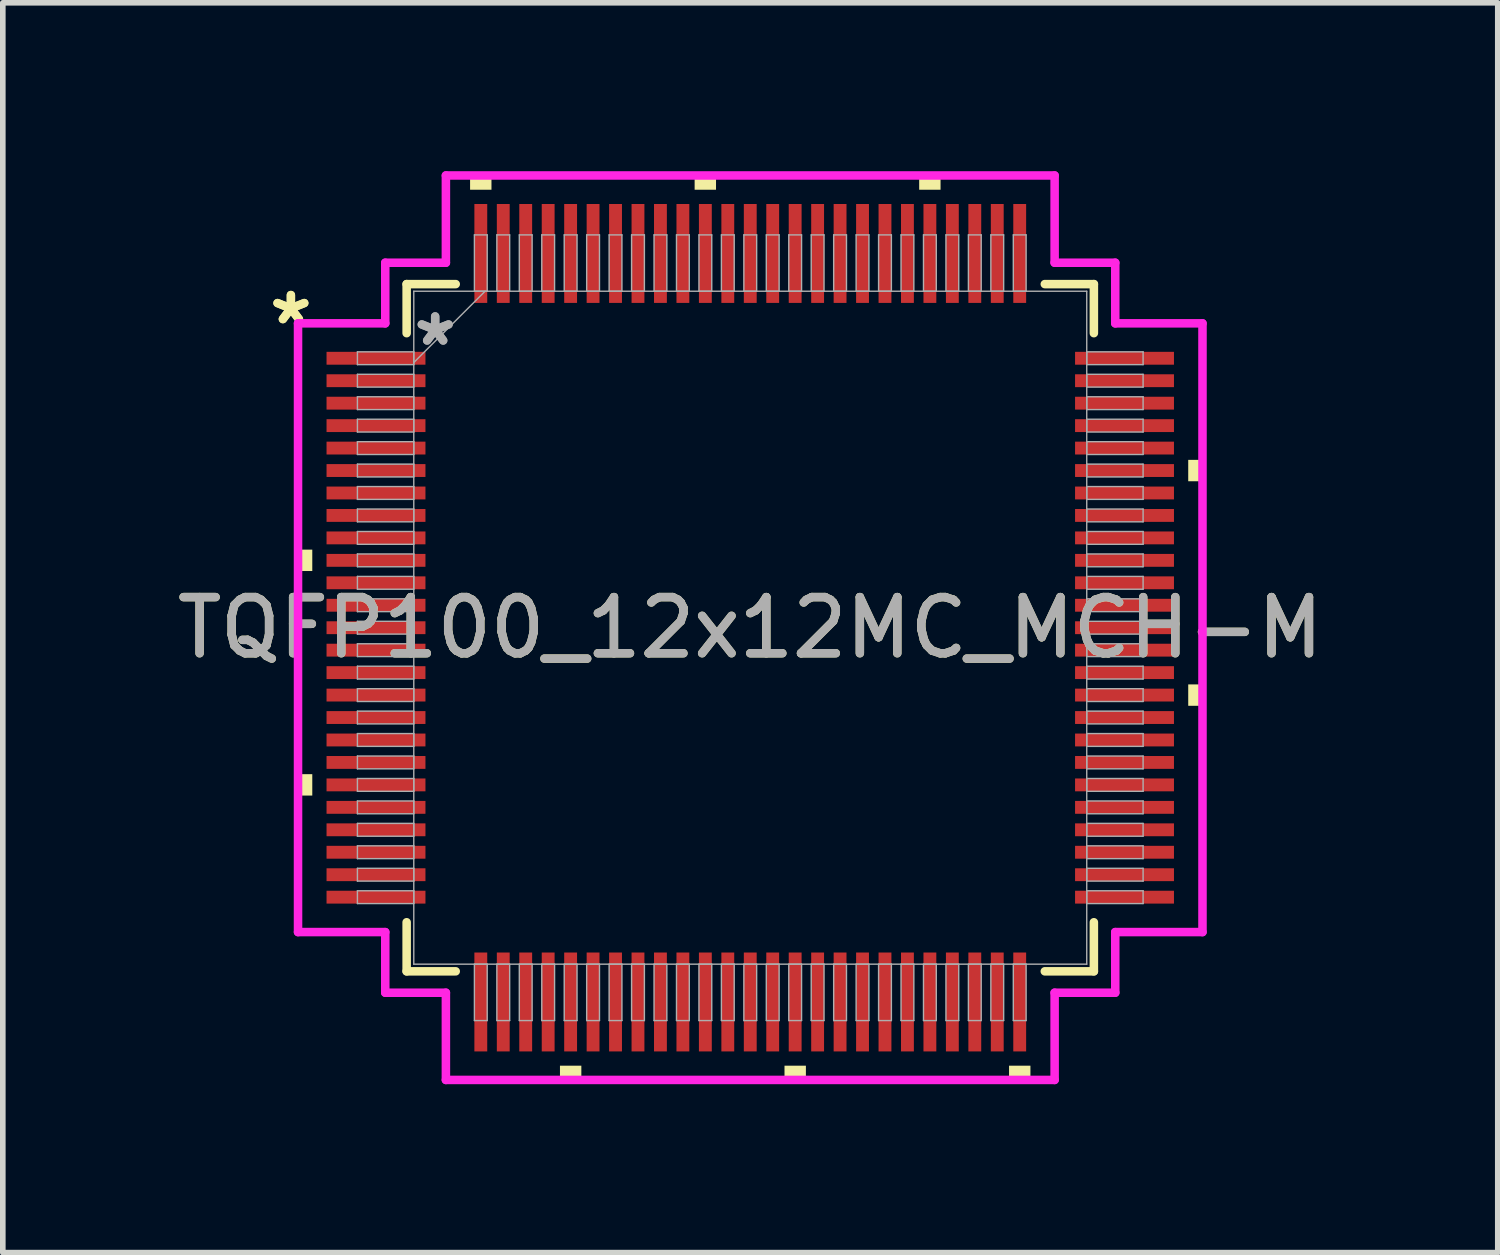
<source format=kicad_pcb>
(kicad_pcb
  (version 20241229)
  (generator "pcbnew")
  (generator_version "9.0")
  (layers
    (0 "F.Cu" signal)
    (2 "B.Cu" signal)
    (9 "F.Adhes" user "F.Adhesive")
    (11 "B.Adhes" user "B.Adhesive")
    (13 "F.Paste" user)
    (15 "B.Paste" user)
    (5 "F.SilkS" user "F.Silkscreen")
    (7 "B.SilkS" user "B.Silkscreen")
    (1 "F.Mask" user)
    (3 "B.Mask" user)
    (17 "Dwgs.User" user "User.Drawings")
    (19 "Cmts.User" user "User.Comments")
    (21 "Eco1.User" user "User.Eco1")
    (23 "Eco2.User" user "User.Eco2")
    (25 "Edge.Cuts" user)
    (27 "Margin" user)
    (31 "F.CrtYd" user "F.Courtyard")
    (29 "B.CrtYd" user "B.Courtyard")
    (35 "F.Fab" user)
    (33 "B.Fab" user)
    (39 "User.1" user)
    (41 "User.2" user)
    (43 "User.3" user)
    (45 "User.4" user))
  (footprint "TQFP100_12x12MC_MCH-M"
    (layer "F.Cu")
    (at 10.315 8.132)
    (property "Reference" "TQFP100_12x12MC_MCH-M" (at 0 0 0) (unlocked yes) (layer "F.SilkS") (effects (font (size 1 1) (thickness 0.15))))
    (attr smd)
    (fp_line (start -6.121 -6.121) (end -6.121 -5.247) (stroke (width 0.152) (type solid)) (layer "F.SilkS"))
    (fp_line (start -6.121 5.247) (end -6.121 6.121) (stroke (width 0.152) (type solid)) (layer "F.SilkS"))
    (fp_line (start -6.121 6.121) (end -5.247 6.121) (stroke (width 0.152) (type solid)) (layer "F.SilkS"))
    (fp_line (start -5.247 -6.121) (end -6.121 -6.121) (stroke (width 0.152) (type solid)) (layer "F.SilkS"))
    (fp_line (start 5.247 6.121) (end 6.121 6.121) (stroke (width 0.152) (type solid)) (layer "F.SilkS"))
    (fp_line (start 6.121 -6.121) (end 5.247 -6.121) (stroke (width 0.152) (type solid)) (layer "F.SilkS"))
    (fp_line (start 6.121 -5.247) (end 6.121 -6.121) (stroke (width 0.152) (type solid)) (layer "F.SilkS"))
    (fp_line (start 6.121 6.121) (end 6.121 5.247) (stroke (width 0.152) (type solid)) (layer "F.SilkS"))
    (fp_poly (pts (xy -8.056 -1.391) (xy -8.056 -1.01) (xy -7.802 -1.01) (xy -7.802 -1.391)) (stroke (width 0) (type solid)) (fill yes) (layer "F.SilkS"))
    (fp_poly (pts (xy -8.056 2.609) (xy -8.056 2.99) (xy -7.802 2.99) (xy -7.802 2.609)) (stroke (width 0) (type solid)) (fill yes) (layer "F.SilkS"))
    (fp_poly (pts (xy -4.991 -7.802) (xy -4.991 -8.056) (xy -4.61 -8.056) (xy -4.61 -7.802)) (stroke (width 0) (type solid)) (fill yes) (layer "F.SilkS"))
    (fp_poly (pts (xy -3.39 7.802) (xy -3.39 8.056) (xy -3.009 8.056) (xy -3.009 7.802)) (stroke (width 0) (type solid)) (fill yes) (layer "F.SilkS"))
    (fp_poly (pts (xy -0.991 -7.802) (xy -0.991 -8.056) (xy -0.61 -8.056) (xy -0.61 -7.802)) (stroke (width 0) (type solid)) (fill yes) (layer "F.SilkS"))
    (fp_poly (pts (xy 0.61 7.802) (xy 0.61 8.056) (xy 0.991 8.056) (xy 0.991 7.802)) (stroke (width 0) (type solid)) (fill yes) (layer "F.SilkS"))
    (fp_poly (pts (xy 3.009 -7.802) (xy 3.009 -8.056) (xy 3.39 -8.056) (xy 3.39 -7.802)) (stroke (width 0) (type solid)) (fill yes) (layer "F.SilkS"))
    (fp_poly (pts (xy 4.61 7.802) (xy 4.61 8.056) (xy 4.991 8.056) (xy 4.991 7.802)) (stroke (width 0) (type solid)) (fill yes) (layer "F.SilkS"))
    (fp_poly (pts (xy 8.056 -2.99) (xy 8.056 -2.609) (xy 7.802 -2.609) (xy 7.802 -2.99)) (stroke (width 0) (type solid)) (fill yes) (layer "F.SilkS"))
    (fp_poly (pts (xy 8.056 1.01) (xy 8.056 1.391) (xy 7.802 1.391) (xy 7.802 1.01)) (stroke (width 0) (type solid)) (fill yes) (layer "F.SilkS"))
    (fp_line (start -8.056 -5.422) (end -6.502 -5.422) (stroke (width 0.152) (type solid)) (layer "F.CrtYd"))
    (fp_line (start -8.056 5.422) (end -8.056 -5.422) (stroke (width 0.152) (type solid)) (layer "F.CrtYd"))
    (fp_line (start -6.502 -6.502) (end -5.422 -6.502) (stroke (width 0.152) (type solid)) (layer "F.CrtYd"))
    (fp_line (start -6.502 -5.422) (end -6.502 -6.502) (stroke (width 0.152) (type solid)) (layer "F.CrtYd"))
    (fp_line (start -6.502 5.422) (end -8.056 5.422) (stroke (width 0.152) (type solid)) (layer "F.CrtYd"))
    (fp_line (start -6.502 6.502) (end -6.502 5.422) (stroke (width 0.152) (type solid)) (layer "F.CrtYd"))
    (fp_line (start -6.502 6.502) (end -5.422 6.502) (stroke (width 0.152) (type solid)) (layer "F.CrtYd"))
    (fp_line (start -5.422 -8.056) (end 5.422 -8.056) (stroke (width 0.152) (type solid)) (layer "F.CrtYd"))
    (fp_line (start -5.422 -6.502) (end -5.422 -8.056) (stroke (width 0.152) (type solid)) (layer "F.CrtYd"))
    (fp_line (start -5.422 6.502) (end -5.422 8.056) (stroke (width 0.152) (type solid)) (layer "F.CrtYd"))
    (fp_line (start -5.422 8.056) (end 5.422 8.056) (stroke (width 0.152) (type solid)) (layer "F.CrtYd"))
    (fp_line (start 5.422 -8.056) (end 5.422 -6.502) (stroke (width 0.152) (type solid)) (layer "F.CrtYd"))
    (fp_line (start 5.422 -6.502) (end 6.502 -6.502) (stroke (width 0.152) (type solid)) (layer "F.CrtYd"))
    (fp_line (start 5.422 6.502) (end 6.502 6.502) (stroke (width 0.152) (type solid)) (layer "F.CrtYd"))
    (fp_line (start 5.422 8.056) (end 5.422 6.502) (stroke (width 0.152) (type solid)) (layer "F.CrtYd"))
    (fp_line (start 6.502 -5.422) (end 6.502 -6.502) (stroke (width 0.152) (type solid)) (layer "F.CrtYd"))
    (fp_line (start 6.502 5.422) (end 8.056 5.422) (stroke (width 0.152) (type solid)) (layer "F.CrtYd"))
    (fp_line (start 6.502 6.502) (end 6.502 5.422) (stroke (width 0.152) (type solid)) (layer "F.CrtYd"))
    (fp_line (start 8.056 -5.422) (end 6.502 -5.422) (stroke (width 0.152) (type solid)) (layer "F.CrtYd"))
    (fp_line (start 8.056 5.422) (end 8.056 -5.422) (stroke (width 0.152) (type solid)) (layer "F.CrtYd"))
    (fp_line (start -6.998 -4.914) (end -6.998 -4.686) (stroke (width 0.025) (type solid)) (layer "F.Fab"))
    (fp_line (start -6.998 -4.686) (end -5.994 -4.686) (stroke (width 0.025) (type solid)) (layer "F.Fab"))
    (fp_line (start -6.998 -4.514) (end -6.998 -4.286) (stroke (width 0.025) (type solid)) (layer "F.Fab"))
    (fp_line (start -6.998 -4.286) (end -5.994 -4.286) (stroke (width 0.025) (type solid)) (layer "F.Fab"))
    (fp_line (start -6.998 -4.114) (end -6.998 -3.886) (stroke (width 0.025) (type solid)) (layer "F.Fab"))
    (fp_line (start -6.998 -3.886) (end -5.994 -3.886) (stroke (width 0.025) (type solid)) (layer "F.Fab"))
    (fp_line (start -6.998 -3.714) (end -6.998 -3.486) (stroke (width 0.025) (type solid)) (layer "F.Fab"))
    (fp_line (start -6.998 -3.486) (end -5.994 -3.486) (stroke (width 0.025) (type solid)) (layer "F.Fab"))
    (fp_line (start -6.998 -3.314) (end -6.998 -3.086) (stroke (width 0.025) (type solid)) (layer "F.Fab"))
    (fp_line (start -6.998 -3.086) (end -5.994 -3.086) (stroke (width 0.025) (type solid)) (layer "F.Fab"))
    (fp_line (start -6.998 -2.914) (end -6.998 -2.686) (stroke (width 0.025) (type solid)) (layer "F.Fab"))
    (fp_line (start -6.998 -2.686) (end -5.994 -2.686) (stroke (width 0.025) (type solid)) (layer "F.Fab"))
    (fp_line (start -6.998 -2.514) (end -6.998 -2.286) (stroke (width 0.025) (type solid)) (layer "F.Fab"))
    (fp_line (start -6.998 -2.286) (end -5.994 -2.286) (stroke (width 0.025) (type solid)) (layer "F.Fab"))
    (fp_line (start -6.998 -2.114) (end -6.998 -1.886) (stroke (width 0.025) (type solid)) (layer "F.Fab"))
    (fp_line (start -6.998 -1.886) (end -5.994 -1.886) (stroke (width 0.025) (type solid)) (layer "F.Fab"))
    (fp_line (start -6.998 -1.714) (end -6.998 -1.486) (stroke (width 0.025) (type solid)) (layer "F.Fab"))
    (fp_line (start -6.998 -1.486) (end -5.994 -1.486) (stroke (width 0.025) (type solid)) (layer "F.Fab"))
    (fp_line (start -6.998 -1.314) (end -6.998 -1.086) (stroke (width 0.025) (type solid)) (layer "F.Fab"))
    (fp_line (start -6.998 -1.086) (end -5.994 -1.086) (stroke (width 0.025) (type solid)) (layer "F.Fab"))
    (fp_line (start -6.998 -0.914) (end -6.998 -0.686) (stroke (width 0.025) (type solid)) (layer "F.Fab"))
    (fp_line (start -6.998 -0.686) (end -5.994 -0.686) (stroke (width 0.025) (type solid)) (layer "F.Fab"))
    (fp_line (start -6.998 -0.514) (end -6.998 -0.286) (stroke (width 0.025) (type solid)) (layer "F.Fab"))
    (fp_line (start -6.998 -0.286) (end -5.994 -0.286) (stroke (width 0.025) (type solid)) (layer "F.Fab"))
    (fp_line (start -6.998 -0.114) (end -6.998 0.114) (stroke (width 0.025) (type solid)) (layer "F.Fab"))
    (fp_line (start -6.998 0.114) (end -5.994 0.114) (stroke (width 0.025) (type solid)) (layer "F.Fab"))
    (fp_line (start -6.998 0.286) (end -6.998 0.514) (stroke (width 0.025) (type solid)) (layer "F.Fab"))
    (fp_line (start -6.998 0.514) (end -5.994 0.514) (stroke (width 0.025) (type solid)) (layer "F.Fab"))
    (fp_line (start -6.998 0.686) (end -6.998 0.914) (stroke (width 0.025) (type solid)) (layer "F.Fab"))
    (fp_line (start -6.998 0.914) (end -5.994 0.914) (stroke (width 0.025) (type solid)) (layer "F.Fab"))
    (fp_line (start -6.998 1.086) (end -6.998 1.314) (stroke (width 0.025) (type solid)) (layer "F.Fab"))
    (fp_line (start -6.998 1.314) (end -5.994 1.314) (stroke (width 0.025) (type solid)) (layer "F.Fab"))
    (fp_line (start -6.998 1.486) (end -6.998 1.714) (stroke (width 0.025) (type solid)) (layer "F.Fab"))
    (fp_line (start -6.998 1.714) (end -5.994 1.714) (stroke (width 0.025) (type solid)) (layer "F.Fab"))
    (fp_line (start -6.998 1.886) (end -6.998 2.114) (stroke (width 0.025) (type solid)) (layer "F.Fab"))
    (fp_line (start -6.998 2.114) (end -5.994 2.114) (stroke (width 0.025) (type solid)) (layer "F.Fab"))
    (fp_line (start -6.998 2.286) (end -6.998 2.514) (stroke (width 0.025) (type solid)) (layer "F.Fab"))
    (fp_line (start -6.998 2.514) (end -5.994 2.514) (stroke (width 0.025) (type solid)) (layer "F.Fab"))
    (fp_line (start -6.998 2.686) (end -6.998 2.914) (stroke (width 0.025) (type solid)) (layer "F.Fab"))
    (fp_line (start -6.998 2.914) (end -5.994 2.914) (stroke (width 0.025) (type solid)) (layer "F.Fab"))
    (fp_line (start -6.998 3.086) (end -6.998 3.314) (stroke (width 0.025) (type solid)) (layer "F.Fab"))
    (fp_line (start -6.998 3.314) (end -5.994 3.314) (stroke (width 0.025) (type solid)) (layer "F.Fab"))
    (fp_line (start -6.998 3.486) (end -6.998 3.714) (stroke (width 0.025) (type solid)) (layer "F.Fab"))
    (fp_line (start -6.998 3.714) (end -5.994 3.714) (stroke (width 0.025) (type solid)) (layer "F.Fab"))
    (fp_line (start -6.998 3.886) (end -6.998 4.114) (stroke (width 0.025) (type solid)) (layer "F.Fab"))
    (fp_line (start -6.998 4.114) (end -5.994 4.114) (stroke (width 0.025) (type solid)) (layer "F.Fab"))
    (fp_line (start -6.998 4.286) (end -6.998 4.514) (stroke (width 0.025) (type solid)) (layer "F.Fab"))
    (fp_line (start -6.998 4.514) (end -5.994 4.514) (stroke (width 0.025) (type solid)) (layer "F.Fab"))
    (fp_line (start -6.998 4.686) (end -6.998 4.914) (stroke (width 0.025) (type solid)) (layer "F.Fab"))
    (fp_line (start -6.998 4.914) (end -5.994 4.914) (stroke (width 0.025) (type solid)) (layer "F.Fab"))
    (fp_line (start -5.994 -5.994) (end -5.994 5.994) (stroke (width 0.025) (type solid)) (layer "F.Fab"))
    (fp_line (start -5.994 -4.914) (end -6.998 -4.914) (stroke (width 0.025) (type solid)) (layer "F.Fab"))
    (fp_line (start -5.994 -4.724) (end -4.724 -5.994) (stroke (width 0.025) (type solid)) (layer "F.Fab"))
    (fp_line (start -5.994 -4.686) (end -5.994 -4.914) (stroke (width 0.025) (type solid)) (layer "F.Fab"))
    (fp_line (start -5.994 -4.514) (end -6.998 -4.514) (stroke (width 0.025) (type solid)) (layer "F.Fab"))
    (fp_line (start -5.994 -4.286) (end -5.994 -4.514) (stroke (width 0.025) (type solid)) (layer "F.Fab"))
    (fp_line (start -5.994 -4.114) (end -6.998 -4.114) (stroke (width 0.025) (type solid)) (layer "F.Fab"))
    (fp_line (start -5.994 -3.886) (end -5.994 -4.114) (stroke (width 0.025) (type solid)) (layer "F.Fab"))
    (fp_line (start -5.994 -3.714) (end -6.998 -3.714) (stroke (width 0.025) (type solid)) (layer "F.Fab"))
    (fp_line (start -5.994 -3.486) (end -5.994 -3.714) (stroke (width 0.025) (type solid)) (layer "F.Fab"))
    (fp_line (start -5.994 -3.314) (end -6.998 -3.314) (stroke (width 0.025) (type solid)) (layer "F.Fab"))
    (fp_line (start -5.994 -3.086) (end -5.994 -3.314) (stroke (width 0.025) (type solid)) (layer "F.Fab"))
    (fp_line (start -5.994 -2.914) (end -6.998 -2.914) (stroke (width 0.025) (type solid)) (layer "F.Fab"))
    (fp_line (start -5.994 -2.686) (end -5.994 -2.914) (stroke (width 0.025) (type solid)) (layer "F.Fab"))
    (fp_line (start -5.994 -2.514) (end -6.998 -2.514) (stroke (width 0.025) (type solid)) (layer "F.Fab"))
    (fp_line (start -5.994 -2.286) (end -5.994 -2.514) (stroke (width 0.025) (type solid)) (layer "F.Fab"))
    (fp_line (start -5.994 -2.114) (end -6.998 -2.114) (stroke (width 0.025) (type solid)) (layer "F.Fab"))
    (fp_line (start -5.994 -1.886) (end -5.994 -2.114) (stroke (width 0.025) (type solid)) (layer "F.Fab"))
    (fp_line (start -5.994 -1.714) (end -6.998 -1.714) (stroke (width 0.025) (type solid)) (layer "F.Fab"))
    (fp_line (start -5.994 -1.486) (end -5.994 -1.714) (stroke (width 0.025) (type solid)) (layer "F.Fab"))
    (fp_line (start -5.994 -1.314) (end -6.998 -1.314) (stroke (width 0.025) (type solid)) (layer "F.Fab"))
    (fp_line (start -5.994 -1.086) (end -5.994 -1.314) (stroke (width 0.025) (type solid)) (layer "F.Fab"))
    (fp_line (start -5.994 -0.914) (end -6.998 -0.914) (stroke (width 0.025) (type solid)) (layer "F.Fab"))
    (fp_line (start -5.994 -0.686) (end -5.994 -0.914) (stroke (width 0.025) (type solid)) (layer "F.Fab"))
    (fp_line (start -5.994 -0.514) (end -6.998 -0.514) (stroke (width 0.025) (type solid)) (layer "F.Fab"))
    (fp_line (start -5.994 -0.286) (end -5.994 -0.514) (stroke (width 0.025) (type solid)) (layer "F.Fab"))
    (fp_line (start -5.994 -0.114) (end -6.998 -0.114) (stroke (width 0.025) (type solid)) (layer "F.Fab"))
    (fp_line (start -5.994 0.114) (end -5.994 -0.114) (stroke (width 0.025) (type solid)) (layer "F.Fab"))
    (fp_line (start -5.994 0.286) (end -6.998 0.286) (stroke (width 0.025) (type solid)) (layer "F.Fab"))
    (fp_line (start -5.994 0.514) (end -5.994 0.286) (stroke (width 0.025) (type solid)) (layer "F.Fab"))
    (fp_line (start -5.994 0.686) (end -6.998 0.686) (stroke (width 0.025) (type solid)) (layer "F.Fab"))
    (fp_line (start -5.994 0.914) (end -5.994 0.686) (stroke (width 0.025) (type solid)) (layer "F.Fab"))
    (fp_line (start -5.994 1.086) (end -6.998 1.086) (stroke (width 0.025) (type solid)) (layer "F.Fab"))
    (fp_line (start -5.994 1.314) (end -5.994 1.086) (stroke (width 0.025) (type solid)) (layer "F.Fab"))
    (fp_line (start -5.994 1.486) (end -6.998 1.486) (stroke (width 0.025) (type solid)) (layer "F.Fab"))
    (fp_line (start -5.994 1.714) (end -5.994 1.486) (stroke (width 0.025) (type solid)) (layer "F.Fab"))
    (fp_line (start -5.994 1.886) (end -6.998 1.886) (stroke (width 0.025) (type solid)) (layer "F.Fab"))
    (fp_line (start -5.994 2.114) (end -5.994 1.886) (stroke (width 0.025) (type solid)) (layer "F.Fab"))
    (fp_line (start -5.994 2.286) (end -6.998 2.286) (stroke (width 0.025) (type solid)) (layer "F.Fab"))
    (fp_line (start -5.994 2.514) (end -5.994 2.286) (stroke (width 0.025) (type solid)) (layer "F.Fab"))
    (fp_line (start -5.994 2.686) (end -6.998 2.686) (stroke (width 0.025) (type solid)) (layer "F.Fab"))
    (fp_line (start -5.994 2.914) (end -5.994 2.686) (stroke (width 0.025) (type solid)) (layer "F.Fab"))
    (fp_line (start -5.994 3.086) (end -6.998 3.086) (stroke (width 0.025) (type solid)) (layer "F.Fab"))
    (fp_line (start -5.994 3.314) (end -5.994 3.086) (stroke (width 0.025) (type solid)) (layer "F.Fab"))
    (fp_line (start -5.994 3.486) (end -6.998 3.486) (stroke (width 0.025) (type solid)) (layer "F.Fab"))
    (fp_line (start -5.994 3.714) (end -5.994 3.486) (stroke (width 0.025) (type solid)) (layer "F.Fab"))
    (fp_line (start -5.994 3.886) (end -6.998 3.886) (stroke (width 0.025) (type solid)) (layer "F.Fab"))
    (fp_line (start -5.994 4.114) (end -5.994 3.886) (stroke (width 0.025) (type solid)) (layer "F.Fab"))
    (fp_line (start -5.994 4.286) (end -6.998 4.286) (stroke (width 0.025) (type solid)) (layer "F.Fab"))
    (fp_line (start -5.994 4.514) (end -5.994 4.286) (stroke (width 0.025) (type solid)) (layer "F.Fab"))
    (fp_line (start -5.994 4.686) (end -6.998 4.686) (stroke (width 0.025) (type solid)) (layer "F.Fab"))
    (fp_line (start -5.994 4.914) (end -5.994 4.686) (stroke (width 0.025) (type solid)) (layer "F.Fab"))
    (fp_line (start -5.994 5.994) (end 5.994 5.994) (stroke (width 0.025) (type solid)) (layer "F.Fab"))
    (fp_line (start -4.914 5.994) (end -4.914 6.998) (stroke (width 0.025) (type solid)) (layer "F.Fab"))
    (fp_line (start -4.914 6.998) (end -4.686 6.998) (stroke (width 0.025) (type solid)) (layer "F.Fab"))
    (fp_line (start -4.914 -6.998) (end -4.914 -5.994) (stroke (width 0.025) (type solid)) (layer "F.Fab"))
    (fp_line (start -4.914 -5.994) (end -4.686 -5.994) (stroke (width 0.025) (type solid)) (layer "F.Fab"))
    (fp_line (start -4.686 5.994) (end -4.914 5.994) (stroke (width 0.025) (type solid)) (layer "F.Fab"))
    (fp_line (start -4.686 6.998) (end -4.686 5.994) (stroke (width 0.025) (type solid)) (layer "F.Fab"))
    (fp_line (start -4.686 -6.998) (end -4.914 -6.998) (stroke (width 0.025) (type solid)) (layer "F.Fab"))
    (fp_line (start -4.686 -5.994) (end -4.686 -6.998) (stroke (width 0.025) (type solid)) (layer "F.Fab"))
    (fp_line (start -4.514 5.994) (end -4.514 6.998) (stroke (width 0.025) (type solid)) (layer "F.Fab"))
    (fp_line (start -4.514 6.998) (end -4.286 6.998) (stroke (width 0.025) (type solid)) (layer "F.Fab"))
    (fp_line (start -4.514 -6.998) (end -4.514 -5.994) (stroke (width 0.025) (type solid)) (layer "F.Fab"))
    (fp_line (start -4.514 -5.994) (end -4.286 -5.994) (stroke (width 0.025) (type solid)) (layer "F.Fab"))
    (fp_line (start -4.286 5.994) (end -4.514 5.994) (stroke (width 0.025) (type solid)) (layer "F.Fab"))
    (fp_line (start -4.286 6.998) (end -4.286 5.994) (stroke (width 0.025) (type solid)) (layer "F.Fab"))
    (fp_line (start -4.286 -6.998) (end -4.514 -6.998) (stroke (width 0.025) (type solid)) (layer "F.Fab"))
    (fp_line (start -4.286 -5.994) (end -4.286 -6.998) (stroke (width 0.025) (type solid)) (layer "F.Fab"))
    (fp_line (start -4.114 5.994) (end -4.114 6.998) (stroke (width 0.025) (type solid)) (layer "F.Fab"))
    (fp_line (start -4.114 6.998) (end -3.886 6.998) (stroke (width 0.025) (type solid)) (layer "F.Fab"))
    (fp_line (start -4.114 -6.998) (end -4.114 -5.994) (stroke (width 0.025) (type solid)) (layer "F.Fab"))
    (fp_line (start -4.114 -5.994) (end -3.886 -5.994) (stroke (width 0.025) (type solid)) (layer "F.Fab"))
    (fp_line (start -3.886 5.994) (end -4.114 5.994) (stroke (width 0.025) (type solid)) (layer "F.Fab"))
    (fp_line (start -3.886 6.998) (end -3.886 5.994) (stroke (width 0.025) (type solid)) (layer "F.Fab"))
    (fp_line (start -3.886 -6.998) (end -4.114 -6.998) (stroke (width 0.025) (type solid)) (layer "F.Fab"))
    (fp_line (start -3.886 -5.994) (end -3.886 -6.998) (stroke (width 0.025) (type solid)) (layer "F.Fab"))
    (fp_line (start -3.714 5.994) (end -3.714 6.998) (stroke (width 0.025) (type solid)) (layer "F.Fab"))
    (fp_line (start -3.714 6.998) (end -3.486 6.998) (stroke (width 0.025) (type solid)) (layer "F.Fab"))
    (fp_line (start -3.714 -6.998) (end -3.714 -5.994) (stroke (width 0.025) (type solid)) (layer "F.Fab"))
    (fp_line (start -3.714 -5.994) (end -3.486 -5.994) (stroke (width 0.025) (type solid)) (layer "F.Fab"))
    (fp_line (start -3.486 5.994) (end -3.714 5.994) (stroke (width 0.025) (type solid)) (layer "F.Fab"))
    (fp_line (start -3.486 6.998) (end -3.486 5.994) (stroke (width 0.025) (type solid)) (layer "F.Fab"))
    (fp_line (start -3.486 -6.998) (end -3.714 -6.998) (stroke (width 0.025) (type solid)) (layer "F.Fab"))
    (fp_line (start -3.486 -5.994) (end -3.486 -6.998) (stroke (width 0.025) (type solid)) (layer "F.Fab"))
    (fp_line (start -3.314 5.994) (end -3.314 6.998) (stroke (width 0.025) (type solid)) (layer "F.Fab"))
    (fp_line (start -3.314 6.998) (end -3.086 6.998) (stroke (width 0.025) (type solid)) (layer "F.Fab"))
    (fp_line (start -3.314 -6.998) (end -3.314 -5.994) (stroke (width 0.025) (type solid)) (layer "F.Fab"))
    (fp_line (start -3.314 -5.994) (end -3.086 -5.994) (stroke (width 0.025) (type solid)) (layer "F.Fab"))
    (fp_line (start -3.086 5.994) (end -3.314 5.994) (stroke (width 0.025) (type solid)) (layer "F.Fab"))
    (fp_line (start -3.086 6.998) (end -3.086 5.994) (stroke (width 0.025) (type solid)) (layer "F.Fab"))
    (fp_line (start -3.086 -6.998) (end -3.314 -6.998) (stroke (width 0.025) (type solid)) (layer "F.Fab"))
    (fp_line (start -3.086 -5.994) (end -3.086 -6.998) (stroke (width 0.025) (type solid)) (layer "F.Fab"))
    (fp_line (start -2.914 5.994) (end -2.914 6.998) (stroke (width 0.025) (type solid)) (layer "F.Fab"))
    (fp_line (start -2.914 6.998) (end -2.686 6.998) (stroke (width 0.025) (type solid)) (layer "F.Fab"))
    (fp_line (start -2.914 -6.998) (end -2.914 -5.994) (stroke (width 0.025) (type solid)) (layer "F.Fab"))
    (fp_line (start -2.914 -5.994) (end -2.686 -5.994) (stroke (width 0.025) (type solid)) (layer "F.Fab"))
    (fp_line (start -2.686 5.994) (end -2.914 5.994) (stroke (width 0.025) (type solid)) (layer "F.Fab"))
    (fp_line (start -2.686 6.998) (end -2.686 5.994) (stroke (width 0.025) (type solid)) (layer "F.Fab"))
    (fp_line (start -2.686 -6.998) (end -2.914 -6.998) (stroke (width 0.025) (type solid)) (layer "F.Fab"))
    (fp_line (start -2.686 -5.994) (end -2.686 -6.998) (stroke (width 0.025) (type solid)) (layer "F.Fab"))
    (fp_line (start -2.514 -6.998) (end -2.514 -5.994) (stroke (width 0.025) (type solid)) (layer "F.Fab"))
    (fp_line (start -2.514 -5.994) (end -2.286 -5.994) (stroke (width 0.025) (type solid)) (layer "F.Fab"))
    (fp_line (start -2.514 5.994) (end -2.514 6.998) (stroke (width 0.025) (type solid)) (layer "F.Fab"))
    (fp_line (start -2.514 6.998) (end -2.286 6.998) (stroke (width 0.025) (type solid)) (layer "F.Fab"))
    (fp_line (start -2.286 -6.998) (end -2.514 -6.998) (stroke (width 0.025) (type solid)) (layer "F.Fab"))
    (fp_line (start -2.286 -5.994) (end -2.286 -6.998) (stroke (width 0.025) (type solid)) (layer "F.Fab"))
    (fp_line (start -2.286 5.994) (end -2.514 5.994) (stroke (width 0.025) (type solid)) (layer "F.Fab"))
    (fp_line (start -2.286 6.998) (end -2.286 5.994) (stroke (width 0.025) (type solid)) (layer "F.Fab"))
    (fp_line (start -2.114 -6.998) (end -2.114 -5.994) (stroke (width 0.025) (type solid)) (layer "F.Fab"))
    (fp_line (start -2.114 -5.994) (end -1.886 -5.994) (stroke (width 0.025) (type solid)) (layer "F.Fab"))
    (fp_line (start -2.114 5.994) (end -2.114 6.998) (stroke (width 0.025) (type solid)) (layer "F.Fab"))
    (fp_line (start -2.114 6.998) (end -1.886 6.998) (stroke (width 0.025) (type solid)) (layer "F.Fab"))
    (fp_line (start -1.886 -6.998) (end -2.114 -6.998) (stroke (width 0.025) (type solid)) (layer "F.Fab"))
    (fp_line (start -1.886 -5.994) (end -1.886 -6.998) (stroke (width 0.025) (type solid)) (layer "F.Fab"))
    (fp_line (start -1.886 5.994) (end -2.114 5.994) (stroke (width 0.025) (type solid)) (layer "F.Fab"))
    (fp_line (start -1.886 6.998) (end -1.886 5.994) (stroke (width 0.025) (type solid)) (layer "F.Fab"))
    (fp_line (start -1.714 -6.998) (end -1.714 -5.994) (stroke (width 0.025) (type solid)) (layer "F.Fab"))
    (fp_line (start -1.714 -5.994) (end -1.486 -5.994) (stroke (width 0.025) (type solid)) (layer "F.Fab"))
    (fp_line (start -1.714 5.994) (end -1.714 6.998) (stroke (width 0.025) (type solid)) (layer "F.Fab"))
    (fp_line (start -1.714 6.998) (end -1.486 6.998) (stroke (width 0.025) (type solid)) (layer "F.Fab"))
    (fp_line (start -1.486 -6.998) (end -1.714 -6.998) (stroke (width 0.025) (type solid)) (layer "F.Fab"))
    (fp_line (start -1.486 -5.994) (end -1.486 -6.998) (stroke (width 0.025) (type solid)) (layer "F.Fab"))
    (fp_line (start -1.486 5.994) (end -1.714 5.994) (stroke (width 0.025) (type solid)) (layer "F.Fab"))
    (fp_line (start -1.486 6.998) (end -1.486 5.994) (stroke (width 0.025) (type solid)) (layer "F.Fab"))
    (fp_line (start -1.314 -6.998) (end -1.314 -5.994) (stroke (width 0.025) (type solid)) (layer "F.Fab"))
    (fp_line (start -1.314 -5.994) (end -1.086 -5.994) (stroke (width 0.025) (type solid)) (layer "F.Fab"))
    (fp_line (start -1.314 5.994) (end -1.314 6.998) (stroke (width 0.025) (type solid)) (layer "F.Fab"))
    (fp_line (start -1.314 6.998) (end -1.086 6.998) (stroke (width 0.025) (type solid)) (layer "F.Fab"))
    (fp_line (start -1.086 -6.998) (end -1.314 -6.998) (stroke (width 0.025) (type solid)) (layer "F.Fab"))
    (fp_line (start -1.086 -5.994) (end -1.086 -6.998) (stroke (width 0.025) (type solid)) (layer "F.Fab"))
    (fp_line (start -1.086 5.994) (end -1.314 5.994) (stroke (width 0.025) (type solid)) (layer "F.Fab"))
    (fp_line (start -1.086 6.998) (end -1.086 5.994) (stroke (width 0.025) (type solid)) (layer "F.Fab"))
    (fp_line (start -0.914 -6.998) (end -0.914 -5.994) (stroke (width 0.025) (type solid)) (layer "F.Fab"))
    (fp_line (start -0.914 -5.994) (end -0.686 -5.994) (stroke (width 0.025) (type solid)) (layer "F.Fab"))
    (fp_line (start -0.914 5.994) (end -0.914 6.998) (stroke (width 0.025) (type solid)) (layer "F.Fab"))
    (fp_line (start -0.914 6.998) (end -0.686 6.998) (stroke (width 0.025) (type solid)) (layer "F.Fab"))
    (fp_line (start -0.686 -6.998) (end -0.914 -6.998) (stroke (width 0.025) (type solid)) (layer "F.Fab"))
    (fp_line (start -0.686 -5.994) (end -0.686 -6.998) (stroke (width 0.025) (type solid)) (layer "F.Fab"))
    (fp_line (start -0.686 5.994) (end -0.914 5.994) (stroke (width 0.025) (type solid)) (layer "F.Fab"))
    (fp_line (start -0.686 6.998) (end -0.686 5.994) (stroke (width 0.025) (type solid)) (layer "F.Fab"))
    (fp_line (start -0.514 -6.998) (end -0.514 -5.994) (stroke (width 0.025) (type solid)) (layer "F.Fab"))
    (fp_line (start -0.514 -5.994) (end -0.286 -5.994) (stroke (width 0.025) (type solid)) (layer "F.Fab"))
    (fp_line (start -0.514 5.994) (end -0.514 6.998) (stroke (width 0.025) (type solid)) (layer "F.Fab"))
    (fp_line (start -0.514 6.998) (end -0.286 6.998) (stroke (width 0.025) (type solid)) (layer "F.Fab"))
    (fp_line (start -0.286 -6.998) (end -0.514 -6.998) (stroke (width 0.025) (type solid)) (layer "F.Fab"))
    (fp_line (start -0.286 -5.994) (end -0.286 -6.998) (stroke (width 0.025) (type solid)) (layer "F.Fab"))
    (fp_line (start -0.286 5.994) (end -0.514 5.994) (stroke (width 0.025) (type solid)) (layer "F.Fab"))
    (fp_line (start -0.286 6.998) (end -0.286 5.994) (stroke (width 0.025) (type solid)) (layer "F.Fab"))
    (fp_line (start -0.114 -6.998) (end -0.114 -5.994) (stroke (width 0.025) (type solid)) (layer "F.Fab"))
    (fp_line (start -0.114 -5.994) (end 0.114 -5.994) (stroke (width 0.025) (type solid)) (layer "F.Fab"))
    (fp_line (start -0.114 5.994) (end -0.114 6.998) (stroke (width 0.025) (type solid)) (layer "F.Fab"))
    (fp_line (start -0.114 6.998) (end 0.114 6.998) (stroke (width 0.025) (type solid)) (layer "F.Fab"))
    (fp_line (start 0.114 -6.998) (end -0.114 -6.998) (stroke (width 0.025) (type solid)) (layer "F.Fab"))
    (fp_line (start 0.114 -5.994) (end 0.114 -6.998) (stroke (width 0.025) (type solid)) (layer "F.Fab"))
    (fp_line (start 0.114 5.994) (end -0.114 5.994) (stroke (width 0.025) (type solid)) (layer "F.Fab"))
    (fp_line (start 0.114 6.998) (end 0.114 5.994) (stroke (width 0.025) (type solid)) (layer "F.Fab"))
    (fp_line (start 0.286 -6.998) (end 0.286 -5.994) (stroke (width 0.025) (type solid)) (layer "F.Fab"))
    (fp_line (start 0.286 -5.994) (end 0.514 -5.994) (stroke (width 0.025) (type solid)) (layer "F.Fab"))
    (fp_line (start 0.286 5.994) (end 0.286 6.998) (stroke (width 0.025) (type solid)) (layer "F.Fab"))
    (fp_line (start 0.286 6.998) (end 0.514 6.998) (stroke (width 0.025) (type solid)) (layer "F.Fab"))
    (fp_line (start 0.514 -6.998) (end 0.286 -6.998) (stroke (width 0.025) (type solid)) (layer "F.Fab"))
    (fp_line (start 0.514 -5.994) (end 0.514 -6.998) (stroke (width 0.025) (type solid)) (layer "F.Fab"))
    (fp_line (start 0.514 5.994) (end 0.286 5.994) (stroke (width 0.025) (type solid)) (layer "F.Fab"))
    (fp_line (start 0.514 6.998) (end 0.514 5.994) (stroke (width 0.025) (type solid)) (layer "F.Fab"))
    (fp_line (start 0.686 -6.998) (end 0.686 -5.994) (stroke (width 0.025) (type solid)) (layer "F.Fab"))
    (fp_line (start 0.686 -5.994) (end 0.914 -5.994) (stroke (width 0.025) (type solid)) (layer "F.Fab"))
    (fp_line (start 0.686 5.994) (end 0.686 6.998) (stroke (width 0.025) (type solid)) (layer "F.Fab"))
    (fp_line (start 0.686 6.998) (end 0.914 6.998) (stroke (width 0.025) (type solid)) (layer "F.Fab"))
    (fp_line (start 0.914 -6.998) (end 0.686 -6.998) (stroke (width 0.025) (type solid)) (layer "F.Fab"))
    (fp_line (start 0.914 -5.994) (end 0.914 -6.998) (stroke (width 0.025) (type solid)) (layer "F.Fab"))
    (fp_line (start 0.914 5.994) (end 0.686 5.994) (stroke (width 0.025) (type solid)) (layer "F.Fab"))
    (fp_line (start 0.914 6.998) (end 0.914 5.994) (stroke (width 0.025) (type solid)) (layer "F.Fab"))
    (fp_line (start 1.086 -6.998) (end 1.086 -5.994) (stroke (width 0.025) (type solid)) (layer "F.Fab"))
    (fp_line (start 1.086 -5.994) (end 1.314 -5.994) (stroke (width 0.025) (type solid)) (layer "F.Fab"))
    (fp_line (start 1.086 5.994) (end 1.086 6.998) (stroke (width 0.025) (type solid)) (layer "F.Fab"))
    (fp_line (start 1.086 6.998) (end 1.314 6.998) (stroke (width 0.025) (type solid)) (layer "F.Fab"))
    (fp_line (start 1.314 -6.998) (end 1.086 -6.998) (stroke (width 0.025) (type solid)) (layer "F.Fab"))
    (fp_line (start 1.314 -5.994) (end 1.314 -6.998) (stroke (width 0.025) (type solid)) (layer "F.Fab"))
    (fp_line (start 1.314 5.994) (end 1.086 5.994) (stroke (width 0.025) (type solid)) (layer "F.Fab"))
    (fp_line (start 1.314 6.998) (end 1.314 5.994) (stroke (width 0.025) (type solid)) (layer "F.Fab"))
    (fp_line (start 1.486 -6.998) (end 1.486 -5.994) (stroke (width 0.025) (type solid)) (layer "F.Fab"))
    (fp_line (start 1.486 -5.994) (end 1.714 -5.994) (stroke (width 0.025) (type solid)) (layer "F.Fab"))
    (fp_line (start 1.486 5.994) (end 1.486 6.998) (stroke (width 0.025) (type solid)) (layer "F.Fab"))
    (fp_line (start 1.486 6.998) (end 1.714 6.998) (stroke (width 0.025) (type solid)) (layer "F.Fab"))
    (fp_line (start 1.714 -6.998) (end 1.486 -6.998) (stroke (width 0.025) (type solid)) (layer "F.Fab"))
    (fp_line (start 1.714 -5.994) (end 1.714 -6.998) (stroke (width 0.025) (type solid)) (layer "F.Fab"))
    (fp_line (start 1.714 5.994) (end 1.486 5.994) (stroke (width 0.025) (type solid)) (layer "F.Fab"))
    (fp_line (start 1.714 6.998) (end 1.714 5.994) (stroke (width 0.025) (type solid)) (layer "F.Fab"))
    (fp_line (start 1.886 -6.998) (end 1.886 -5.994) (stroke (width 0.025) (type solid)) (layer "F.Fab"))
    (fp_line (start 1.886 -5.994) (end 2.114 -5.994) (stroke (width 0.025) (type solid)) (layer "F.Fab"))
    (fp_line (start 1.886 5.994) (end 1.886 6.998) (stroke (width 0.025) (type solid)) (layer "F.Fab"))
    (fp_line (start 1.886 6.998) (end 2.114 6.998) (stroke (width 0.025) (type solid)) (layer "F.Fab"))
    (fp_line (start 2.114 -6.998) (end 1.886 -6.998) (stroke (width 0.025) (type solid)) (layer "F.Fab"))
    (fp_line (start 2.114 -5.994) (end 2.114 -6.998) (stroke (width 0.025) (type solid)) (layer "F.Fab"))
    (fp_line (start 2.114 5.994) (end 1.886 5.994) (stroke (width 0.025) (type solid)) (layer "F.Fab"))
    (fp_line (start 2.114 6.998) (end 2.114 5.994) (stroke (width 0.025) (type solid)) (layer "F.Fab"))
    (fp_line (start 2.286 -6.998) (end 2.286 -5.994) (stroke (width 0.025) (type solid)) (layer "F.Fab"))
    (fp_line (start 2.286 -5.994) (end 2.514 -5.994) (stroke (width 0.025) (type solid)) (layer "F.Fab"))
    (fp_line (start 2.286 5.994) (end 2.286 6.998) (stroke (width 0.025) (type solid)) (layer "F.Fab"))
    (fp_line (start 2.286 6.998) (end 2.514 6.998) (stroke (width 0.025) (type solid)) (layer "F.Fab"))
    (fp_line (start 2.514 -6.998) (end 2.286 -6.998) (stroke (width 0.025) (type solid)) (layer "F.Fab"))
    (fp_line (start 2.514 -5.994) (end 2.514 -6.998) (stroke (width 0.025) (type solid)) (layer "F.Fab"))
    (fp_line (start 2.514 5.994) (end 2.286 5.994) (stroke (width 0.025) (type solid)) (layer "F.Fab"))
    (fp_line (start 2.514 6.998) (end 2.514 5.994) (stroke (width 0.025) (type solid)) (layer "F.Fab"))
    (fp_line (start 2.686 5.994) (end 2.686 6.998) (stroke (width 0.025) (type solid)) (layer "F.Fab"))
    (fp_line (start 2.686 6.998) (end 2.914 6.998) (stroke (width 0.025) (type solid)) (layer "F.Fab"))
    (fp_line (start 2.686 -6.998) (end 2.686 -5.994) (stroke (width 0.025) (type solid)) (layer "F.Fab"))
    (fp_line (start 2.686 -5.994) (end 2.914 -5.994) (stroke (width 0.025) (type solid)) (layer "F.Fab"))
    (fp_line (start 2.914 5.994) (end 2.686 5.994) (stroke (width 0.025) (type solid)) (layer "F.Fab"))
    (fp_line (start 2.914 6.998) (end 2.914 5.994) (stroke (width 0.025) (type solid)) (layer "F.Fab"))
    (fp_line (start 2.914 -6.998) (end 2.686 -6.998) (stroke (width 0.025) (type solid)) (layer "F.Fab"))
    (fp_line (start 2.914 -5.994) (end 2.914 -6.998) (stroke (width 0.025) (type solid)) (layer "F.Fab"))
    (fp_line (start 3.086 5.994) (end 3.086 6.998) (stroke (width 0.025) (type solid)) (layer "F.Fab"))
    (fp_line (start 3.086 6.998) (end 3.314 6.998) (stroke (width 0.025) (type solid)) (layer "F.Fab"))
    (fp_line (start 3.086 -6.998) (end 3.086 -5.994) (stroke (width 0.025) (type solid)) (layer "F.Fab"))
    (fp_line (start 3.086 -5.994) (end 3.314 -5.994) (stroke (width 0.025) (type solid)) (layer "F.Fab"))
    (fp_line (start 3.314 5.994) (end 3.086 5.994) (stroke (width 0.025) (type solid)) (layer "F.Fab"))
    (fp_line (start 3.314 6.998) (end 3.314 5.994) (stroke (width 0.025) (type solid)) (layer "F.Fab"))
    (fp_line (start 3.314 -6.998) (end 3.086 -6.998) (stroke (width 0.025) (type solid)) (layer "F.Fab"))
    (fp_line (start 3.314 -5.994) (end 3.314 -6.998) (stroke (width 0.025) (type solid)) (layer "F.Fab"))
    (fp_line (start 3.486 5.994) (end 3.486 6.998) (stroke (width 0.025) (type solid)) (layer "F.Fab"))
    (fp_line (start 3.486 6.998) (end 3.714 6.998) (stroke (width 0.025) (type solid)) (layer "F.Fab"))
    (fp_line (start 3.486 -6.998) (end 3.486 -5.994) (stroke (width 0.025) (type solid)) (layer "F.Fab"))
    (fp_line (start 3.486 -5.994) (end 3.714 -5.994) (stroke (width 0.025) (type solid)) (layer "F.Fab"))
    (fp_line (start 3.714 5.994) (end 3.486 5.994) (stroke (width 0.025) (type solid)) (layer "F.Fab"))
    (fp_line (start 3.714 6.998) (end 3.714 5.994) (stroke (width 0.025) (type solid)) (layer "F.Fab"))
    (fp_line (start 3.714 -6.998) (end 3.486 -6.998) (stroke (width 0.025) (type solid)) (layer "F.Fab"))
    (fp_line (start 3.714 -5.994) (end 3.714 -6.998) (stroke (width 0.025) (type solid)) (layer "F.Fab"))
    (fp_line (start 3.886 5.994) (end 3.886 6.998) (stroke (width 0.025) (type solid)) (layer "F.Fab"))
    (fp_line (start 3.886 6.998) (end 4.114 6.998) (stroke (width 0.025) (type solid)) (layer "F.Fab"))
    (fp_line (start 3.886 -6.998) (end 3.886 -5.994) (stroke (width 0.025) (type solid)) (layer "F.Fab"))
    (fp_line (start 3.886 -5.994) (end 4.114 -5.994) (stroke (width 0.025) (type solid)) (layer "F.Fab"))
    (fp_line (start 4.114 5.994) (end 3.886 5.994) (stroke (width 0.025) (type solid)) (layer "F.Fab"))
    (fp_line (start 4.114 6.998) (end 4.114 5.994) (stroke (width 0.025) (type solid)) (layer "F.Fab"))
    (fp_line (start 4.114 -6.998) (end 3.886 -6.998) (stroke (width 0.025) (type solid)) (layer "F.Fab"))
    (fp_line (start 4.114 -5.994) (end 4.114 -6.998) (stroke (width 0.025) (type solid)) (layer "F.Fab"))
    (fp_line (start 4.286 5.994) (end 4.286 6.998) (stroke (width 0.025) (type solid)) (layer "F.Fab"))
    (fp_line (start 4.286 6.998) (end 4.514 6.998) (stroke (width 0.025) (type solid)) (layer "F.Fab"))
    (fp_line (start 4.286 -6.998) (end 4.286 -5.994) (stroke (width 0.025) (type solid)) (layer "F.Fab"))
    (fp_line (start 4.286 -5.994) (end 4.514 -5.994) (stroke (width 0.025) (type solid)) (layer "F.Fab"))
    (fp_line (start 4.514 5.994) (end 4.286 5.994) (stroke (width 0.025) (type solid)) (layer "F.Fab"))
    (fp_line (start 4.514 6.998) (end 4.514 5.994) (stroke (width 0.025) (type solid)) (layer "F.Fab"))
    (fp_line (start 4.514 -6.998) (end 4.286 -6.998) (stroke (width 0.025) (type solid)) (layer "F.Fab"))
    (fp_line (start 4.514 -5.994) (end 4.514 -6.998) (stroke (width 0.025) (type solid)) (layer "F.Fab"))
    (fp_line (start 4.686 5.994) (end 4.686 6.998) (stroke (width 0.025) (type solid)) (layer "F.Fab"))
    (fp_line (start 4.686 6.998) (end 4.914 6.998) (stroke (width 0.025) (type solid)) (layer "F.Fab"))
    (fp_line (start 4.686 -6.998) (end 4.686 -5.994) (stroke (width 0.025) (type solid)) (layer "F.Fab"))
    (fp_line (start 4.686 -5.994) (end 4.914 -5.994) (stroke (width 0.025) (type solid)) (layer "F.Fab"))
    (fp_line (start 4.914 5.994) (end 4.686 5.994) (stroke (width 0.025) (type solid)) (layer "F.Fab"))
    (fp_line (start 4.914 6.998) (end 4.914 5.994) (stroke (width 0.025) (type solid)) (layer "F.Fab"))
    (fp_line (start 4.914 -6.998) (end 4.686 -6.998) (stroke (width 0.025) (type solid)) (layer "F.Fab"))
    (fp_line (start 4.914 -5.994) (end 4.914 -6.998) (stroke (width 0.025) (type solid)) (layer "F.Fab"))
    (fp_line (start 5.994 -5.994) (end -5.994 -5.994) (stroke (width 0.025) (type solid)) (layer "F.Fab"))
    (fp_line (start 5.994 -4.914) (end 5.994 -4.686) (stroke (width 0.025) (type solid)) (layer "F.Fab"))
    (fp_line (start 5.994 -4.686) (end 6.998 -4.686) (stroke (width 0.025) (type solid)) (layer "F.Fab"))
    (fp_line (start 5.994 -4.514) (end 5.994 -4.286) (stroke (width 0.025) (type solid)) (layer "F.Fab"))
    (fp_line (start 5.994 -4.286) (end 6.998 -4.286) (stroke (width 0.025) (type solid)) (layer "F.Fab"))
    (fp_line (start 5.994 -4.114) (end 5.994 -3.886) (stroke (width 0.025) (type solid)) (layer "F.Fab"))
    (fp_line (start 5.994 -3.886) (end 6.998 -3.886) (stroke (width 0.025) (type solid)) (layer "F.Fab"))
    (fp_line (start 5.994 -3.714) (end 5.994 -3.486) (stroke (width 0.025) (type solid)) (layer "F.Fab"))
    (fp_line (start 5.994 -3.486) (end 6.998 -3.486) (stroke (width 0.025) (type solid)) (layer "F.Fab"))
    (fp_line (start 5.994 -3.314) (end 5.994 -3.086) (stroke (width 0.025) (type solid)) (layer "F.Fab"))
    (fp_line (start 5.994 -3.086) (end 6.998 -3.086) (stroke (width 0.025) (type solid)) (layer "F.Fab"))
    (fp_line (start 5.994 -2.914) (end 5.994 -2.686) (stroke (width 0.025) (type solid)) (layer "F.Fab"))
    (fp_line (start 5.994 -2.686) (end 6.998 -2.686) (stroke (width 0.025) (type solid)) (layer "F.Fab"))
    (fp_line (start 5.994 -2.514) (end 5.994 -2.286) (stroke (width 0.025) (type solid)) (layer "F.Fab"))
    (fp_line (start 5.994 -2.286) (end 6.998 -2.286) (stroke (width 0.025) (type solid)) (layer "F.Fab"))
    (fp_line (start 5.994 -2.114) (end 5.994 -1.886) (stroke (width 0.025) (type solid)) (layer "F.Fab"))
    (fp_line (start 5.994 -1.886) (end 6.998 -1.886) (stroke (width 0.025) (type solid)) (layer "F.Fab"))
    (fp_line (start 5.994 -1.714) (end 5.994 -1.486) (stroke (width 0.025) (type solid)) (layer "F.Fab"))
    (fp_line (start 5.994 -1.486) (end 6.998 -1.486) (stroke (width 0.025) (type solid)) (layer "F.Fab"))
    (fp_line (start 5.994 -1.314) (end 5.994 -1.086) (stroke (width 0.025) (type solid)) (layer "F.Fab"))
    (fp_line (start 5.994 -1.086) (end 6.998 -1.086) (stroke (width 0.025) (type solid)) (layer "F.Fab"))
    (fp_line (start 5.994 -0.914) (end 5.994 -0.686) (stroke (width 0.025) (type solid)) (layer "F.Fab"))
    (fp_line (start 5.994 -0.686) (end 6.998 -0.686) (stroke (width 0.025) (type solid)) (layer "F.Fab"))
    (fp_line (start 5.994 -0.514) (end 5.994 -0.286) (stroke (width 0.025) (type solid)) (layer "F.Fab"))
    (fp_line (start 5.994 -0.286) (end 6.998 -0.286) (stroke (width 0.025) (type solid)) (layer "F.Fab"))
    (fp_line (start 5.994 -0.114) (end 5.994 0.114) (stroke (width 0.025) (type solid)) (layer "F.Fab"))
    (fp_line (start 5.994 0.114) (end 6.998 0.114) (stroke (width 0.025) (type solid)) (layer "F.Fab"))
    (fp_line (start 5.994 0.286) (end 5.994 0.514) (stroke (width 0.025) (type solid)) (layer "F.Fab"))
    (fp_line (start 5.994 0.514) (end 6.998 0.514) (stroke (width 0.025) (type solid)) (layer "F.Fab"))
    (fp_line (start 5.994 0.686) (end 5.994 0.914) (stroke (width 0.025) (type solid)) (layer "F.Fab"))
    (fp_line (start 5.994 0.914) (end 6.998 0.914) (stroke (width 0.025) (type solid)) (layer "F.Fab"))
    (fp_line (start 5.994 1.086) (end 5.994 1.314) (stroke (width 0.025) (type solid)) (layer "F.Fab"))
    (fp_line (start 5.994 1.314) (end 6.998 1.314) (stroke (width 0.025) (type solid)) (layer "F.Fab"))
    (fp_line (start 5.994 1.486) (end 5.994 1.714) (stroke (width 0.025) (type solid)) (layer "F.Fab"))
    (fp_line (start 5.994 1.714) (end 6.998 1.714) (stroke (width 0.025) (type solid)) (layer "F.Fab"))
    (fp_line (start 5.994 1.886) (end 5.994 2.114) (stroke (width 0.025) (type solid)) (layer "F.Fab"))
    (fp_line (start 5.994 2.114) (end 6.998 2.114) (stroke (width 0.025) (type solid)) (layer "F.Fab"))
    (fp_line (start 5.994 2.286) (end 5.994 2.514) (stroke (width 0.025) (type solid)) (layer "F.Fab"))
    (fp_line (start 5.994 2.514) (end 6.998 2.514) (stroke (width 0.025) (type solid)) (layer "F.Fab"))
    (fp_line (start 5.994 2.686) (end 5.994 2.914) (stroke (width 0.025) (type solid)) (layer "F.Fab"))
    (fp_line (start 5.994 2.914) (end 6.998 2.914) (stroke (width 0.025) (type solid)) (layer "F.Fab"))
    (fp_line (start 5.994 3.086) (end 5.994 3.314) (stroke (width 0.025) (type solid)) (layer "F.Fab"))
    (fp_line (start 5.994 3.314) (end 6.998 3.314) (stroke (width 0.025) (type solid)) (layer "F.Fab"))
    (fp_line (start 5.994 3.486) (end 5.994 3.714) (stroke (width 0.025) (type solid)) (layer "F.Fab"))
    (fp_line (start 5.994 3.714) (end 6.998 3.714) (stroke (width 0.025) (type solid)) (layer "F.Fab"))
    (fp_line (start 5.994 3.886) (end 5.994 4.114) (stroke (width 0.025) (type solid)) (layer "F.Fab"))
    (fp_line (start 5.994 4.114) (end 6.998 4.114) (stroke (width 0.025) (type solid)) (layer "F.Fab"))
    (fp_line (start 5.994 4.286) (end 5.994 4.514) (stroke (width 0.025) (type solid)) (layer "F.Fab"))
    (fp_line (start 5.994 4.514) (end 6.998 4.514) (stroke (width 0.025) (type solid)) (layer "F.Fab"))
    (fp_line (start 5.994 4.686) (end 5.994 4.914) (stroke (width 0.025) (type solid)) (layer "F.Fab"))
    (fp_line (start 5.994 4.914) (end 6.998 4.914) (stroke (width 0.025) (type solid)) (layer "F.Fab"))
    (fp_line (start 5.994 5.994) (end 5.994 -5.994) (stroke (width 0.025) (type solid)) (layer "F.Fab"))
    (fp_line (start 6.998 -4.914) (end 5.994 -4.914) (stroke (width 0.025) (type solid)) (layer "F.Fab"))
    (fp_line (start 6.998 -4.686) (end 6.998 -4.914) (stroke (width 0.025) (type solid)) (layer "F.Fab"))
    (fp_line (start 6.998 -4.514) (end 5.994 -4.514) (stroke (width 0.025) (type solid)) (layer "F.Fab"))
    (fp_line (start 6.998 -4.286) (end 6.998 -4.514) (stroke (width 0.025) (type solid)) (layer "F.Fab"))
    (fp_line (start 6.998 -4.114) (end 5.994 -4.114) (stroke (width 0.025) (type solid)) (layer "F.Fab"))
    (fp_line (start 6.998 -3.886) (end 6.998 -4.114) (stroke (width 0.025) (type solid)) (layer "F.Fab"))
    (fp_line (start 6.998 -3.714) (end 5.994 -3.714) (stroke (width 0.025) (type solid)) (layer "F.Fab"))
    (fp_line (start 6.998 -3.486) (end 6.998 -3.714) (stroke (width 0.025) (type solid)) (layer "F.Fab"))
    (fp_line (start 6.998 -3.314) (end 5.994 -3.314) (stroke (width 0.025) (type solid)) (layer "F.Fab"))
    (fp_line (start 6.998 -3.086) (end 6.998 -3.314) (stroke (width 0.025) (type solid)) (layer "F.Fab"))
    (fp_line (start 6.998 -2.914) (end 5.994 -2.914) (stroke (width 0.025) (type solid)) (layer "F.Fab"))
    (fp_line (start 6.998 -2.686) (end 6.998 -2.914) (stroke (width 0.025) (type solid)) (layer "F.Fab"))
    (fp_line (start 6.998 -2.514) (end 5.994 -2.514) (stroke (width 0.025) (type solid)) (layer "F.Fab"))
    (fp_line (start 6.998 -2.286) (end 6.998 -2.514) (stroke (width 0.025) (type solid)) (layer "F.Fab"))
    (fp_line (start 6.998 -2.114) (end 5.994 -2.114) (stroke (width 0.025) (type solid)) (layer "F.Fab"))
    (fp_line (start 6.998 -1.886) (end 6.998 -2.114) (stroke (width 0.025) (type solid)) (layer "F.Fab"))
    (fp_line (start 6.998 -1.714) (end 5.994 -1.714) (stroke (width 0.025) (type solid)) (layer "F.Fab"))
    (fp_line (start 6.998 -1.486) (end 6.998 -1.714) (stroke (width 0.025) (type solid)) (layer "F.Fab"))
    (fp_line (start 6.998 -1.314) (end 5.994 -1.314) (stroke (width 0.025) (type solid)) (layer "F.Fab"))
    (fp_line (start 6.998 -1.086) (end 6.998 -1.314) (stroke (width 0.025) (type solid)) (layer "F.Fab"))
    (fp_line (start 6.998 -0.914) (end 5.994 -0.914) (stroke (width 0.025) (type solid)) (layer "F.Fab"))
    (fp_line (start 6.998 -0.686) (end 6.998 -0.914) (stroke (width 0.025) (type solid)) (layer "F.Fab"))
    (fp_line (start 6.998 -0.514) (end 5.994 -0.514) (stroke (width 0.025) (type solid)) (layer "F.Fab"))
    (fp_line (start 6.998 -0.286) (end 6.998 -0.514) (stroke (width 0.025) (type solid)) (layer "F.Fab"))
    (fp_line (start 6.998 -0.114) (end 5.994 -0.114) (stroke (width 0.025) (type solid)) (layer "F.Fab"))
    (fp_line (start 6.998 0.114) (end 6.998 -0.114) (stroke (width 0.025) (type solid)) (layer "F.Fab"))
    (fp_line (start 6.998 0.286) (end 5.994 0.286) (stroke (width 0.025) (type solid)) (layer "F.Fab"))
    (fp_line (start 6.998 0.514) (end 6.998 0.286) (stroke (width 0.025) (type solid)) (layer "F.Fab"))
    (fp_line (start 6.998 0.686) (end 5.994 0.686) (stroke (width 0.025) (type solid)) (layer "F.Fab"))
    (fp_line (start 6.998 0.914) (end 6.998 0.686) (stroke (width 0.025) (type solid)) (layer "F.Fab"))
    (fp_line (start 6.998 1.086) (end 5.994 1.086) (stroke (width 0.025) (type solid)) (layer "F.Fab"))
    (fp_line (start 6.998 1.314) (end 6.998 1.086) (stroke (width 0.025) (type solid)) (layer "F.Fab"))
    (fp_line (start 6.998 1.486) (end 5.994 1.486) (stroke (width 0.025) (type solid)) (layer "F.Fab"))
    (fp_line (start 6.998 1.714) (end 6.998 1.486) (stroke (width 0.025) (type solid)) (layer "F.Fab"))
    (fp_line (start 6.998 1.886) (end 5.994 1.886) (stroke (width 0.025) (type solid)) (layer "F.Fab"))
    (fp_line (start 6.998 2.114) (end 6.998 1.886) (stroke (width 0.025) (type solid)) (layer "F.Fab"))
    (fp_line (start 6.998 2.286) (end 5.994 2.286) (stroke (width 0.025) (type solid)) (layer "F.Fab"))
    (fp_line (start 6.998 2.514) (end 6.998 2.286) (stroke (width 0.025) (type solid)) (layer "F.Fab"))
    (fp_line (start 6.998 2.686) (end 5.994 2.686) (stroke (width 0.025) (type solid)) (layer "F.Fab"))
    (fp_line (start 6.998 2.914) (end 6.998 2.686) (stroke (width 0.025) (type solid)) (layer "F.Fab"))
    (fp_line (start 6.998 3.086) (end 5.994 3.086) (stroke (width 0.025) (type solid)) (layer "F.Fab"))
    (fp_line (start 6.998 3.314) (end 6.998 3.086) (stroke (width 0.025) (type solid)) (layer "F.Fab"))
    (fp_line (start 6.998 3.486) (end 5.994 3.486) (stroke (width 0.025) (type solid)) (layer "F.Fab"))
    (fp_line (start 6.998 3.714) (end 6.998 3.486) (stroke (width 0.025) (type solid)) (layer "F.Fab"))
    (fp_line (start 6.998 3.886) (end 5.994 3.886) (stroke (width 0.025) (type solid)) (layer "F.Fab"))
    (fp_line (start 6.998 4.114) (end 6.998 3.886) (stroke (width 0.025) (type solid)) (layer "F.Fab"))
    (fp_line (start 6.998 4.286) (end 5.994 4.286) (stroke (width 0.025) (type solid)) (layer "F.Fab"))
    (fp_line (start 6.998 4.514) (end 6.998 4.286) (stroke (width 0.025) (type solid)) (layer "F.Fab"))
    (fp_line (start 6.998 4.686) (end 5.994 4.686) (stroke (width 0.025) (type solid)) (layer "F.Fab"))
    (fp_line (start 6.998 4.914) (end 6.998 4.686) (stroke (width 0.025) (type solid)) (layer "F.Fab"))
    (fp_text user "*" (at -8.183 -5.381 0) (layer "F.SilkS") (effects (font (size 1 1) (thickness 0.15))))
    (fp_text user "*" (at -8.183 -5.381 0) (unlocked yes) (layer "F.SilkS") (effects (font (size 1 1) (thickness 0.15))))
    (fp_text user "*" (at -5.613 -5 0) (layer "F.Fab") (effects (font (size 1 1) (thickness 0.15))))
    (fp_text user "${REFERENCE}" (at 0 0 0) (unlocked yes) (layer "F.Fab") (effects (font (size 1 1) (thickness 0.15))))
    (fp_text user "*" (at -5.613 -5 0) (unlocked yes) (layer "F.Fab") (effects (font (size 1 1) (thickness 0.15))))
    (pad "1" smd rect (at -6.667 -4.8 90) (size 0.229 1.762) (layers "F.Cu" "F.Mask" "F.Paste"))
    (pad "2" smd rect (at -6.667 -4.4 90) (size 0.229 1.762) (layers "F.Cu" "F.Mask" "F.Paste"))
    (pad "3" smd rect (at -6.667 -4 90) (size 0.229 1.762) (layers "F.Cu" "F.Mask" "F.Paste"))
    (pad "4" smd rect (at -6.667 -3.6 90) (size 0.229 1.762) (layers "F.Cu" "F.Mask" "F.Paste"))
    (pad "5" smd rect (at -6.667 -3.2 90) (size 0.229 1.762) (layers "F.Cu" "F.Mask" "F.Paste"))
    (pad "6" smd rect (at -6.667 -2.8 90) (size 0.229 1.762) (layers "F.Cu" "F.Mask" "F.Paste"))
    (pad "7" smd rect (at -6.667 -2.4 90) (size 0.229 1.762) (layers "F.Cu" "F.Mask" "F.Paste"))
    (pad "8" smd rect (at -6.667 -2 90) (size 0.229 1.762) (layers "F.Cu" "F.Mask" "F.Paste"))
    (pad "9" smd rect (at -6.667 -1.6 90) (size 0.229 1.762) (layers "F.Cu" "F.Mask" "F.Paste"))
    (pad "10" smd rect (at -6.667 -1.2 90) (size 0.229 1.762) (layers "F.Cu" "F.Mask" "F.Paste"))
    (pad "11" smd rect (at -6.667 -0.8 90) (size 0.229 1.762) (layers "F.Cu" "F.Mask" "F.Paste"))
    (pad "12" smd rect (at -6.667 -0.4 90) (size 0.229 1.762) (layers "F.Cu" "F.Mask" "F.Paste"))
    (pad "13" smd rect (at -6.667 0 90) (size 0.229 1.762) (layers "F.Cu" "F.Mask" "F.Paste"))
    (pad "14" smd rect (at -6.667 0.4 90) (size 0.229 1.762) (layers "F.Cu" "F.Mask" "F.Paste"))
    (pad "15" smd rect (at -6.667 0.8 90) (size 0.229 1.762) (layers "F.Cu" "F.Mask" "F.Paste"))
    (pad "16" smd rect (at -6.667 1.2 90) (size 0.229 1.762) (layers "F.Cu" "F.Mask" "F.Paste"))
    (pad "17" smd rect (at -6.667 1.6 90) (size 0.229 1.762) (layers "F.Cu" "F.Mask" "F.Paste"))
    (pad "18" smd rect (at -6.667 2 90) (size 0.229 1.762) (layers "F.Cu" "F.Mask" "F.Paste"))
    (pad "19" smd rect (at -6.667 2.4 90) (size 0.229 1.762) (layers "F.Cu" "F.Mask" "F.Paste"))
    (pad "20" smd rect (at -6.667 2.8 90) (size 0.229 1.762) (layers "F.Cu" "F.Mask" "F.Paste"))
    (pad "21" smd rect (at -6.667 3.2 90) (size 0.229 1.762) (layers "F.Cu" "F.Mask" "F.Paste"))
    (pad "22" smd rect (at -6.667 3.6 90) (size 0.229 1.762) (layers "F.Cu" "F.Mask" "F.Paste"))
    (pad "23" smd rect (at -6.667 4 90) (size 0.229 1.762) (layers "F.Cu" "F.Mask" "F.Paste"))
    (pad "24" smd rect (at -6.667 4.4 90) (size 0.229 1.762) (layers "F.Cu" "F.Mask" "F.Paste"))
    (pad "25" smd rect (at -6.667 4.8 90) (size 0.229 1.762) (layers "F.Cu" "F.Mask" "F.Paste"))
    (pad "26" smd rect (at -4.8 6.667) (size 0.229 1.762) (layers "F.Cu" "F.Mask" "F.Paste"))
    (pad "27" smd rect (at -4.4 6.667) (size 0.229 1.762) (layers "F.Cu" "F.Mask" "F.Paste"))
    (pad "28" smd rect (at -4 6.667) (size 0.229 1.762) (layers "F.Cu" "F.Mask" "F.Paste"))
    (pad "29" smd rect (at -3.6 6.667) (size 0.229 1.762) (layers "F.Cu" "F.Mask" "F.Paste"))
    (pad "30" smd rect (at -3.2 6.667) (size 0.229 1.762) (layers "F.Cu" "F.Mask" "F.Paste"))
    (pad "31" smd rect (at -2.8 6.667) (size 0.229 1.762) (layers "F.Cu" "F.Mask" "F.Paste"))
    (pad "32" smd rect (at -2.4 6.667) (size 0.229 1.762) (layers "F.Cu" "F.Mask" "F.Paste"))
    (pad "33" smd rect (at -2 6.667) (size 0.229 1.762) (layers "F.Cu" "F.Mask" "F.Paste"))
    (pad "34" smd rect (at -1.6 6.667) (size 0.229 1.762) (layers "F.Cu" "F.Mask" "F.Paste"))
    (pad "35" smd rect (at -1.2 6.667) (size 0.229 1.762) (layers "F.Cu" "F.Mask" "F.Paste"))
    (pad "36" smd rect (at -0.8 6.667) (size 0.229 1.762) (layers "F.Cu" "F.Mask" "F.Paste"))
    (pad "37" smd rect (at -0.4 6.667) (size 0.229 1.762) (layers "F.Cu" "F.Mask" "F.Paste"))
    (pad "38" smd rect (at 0 6.667) (size 0.229 1.762) (layers "F.Cu" "F.Mask" "F.Paste"))
    (pad "39" smd rect (at 0.4 6.667) (size 0.229 1.762) (layers "F.Cu" "F.Mask" "F.Paste"))
    (pad "40" smd rect (at 0.8 6.667) (size 0.229 1.762) (layers "F.Cu" "F.Mask" "F.Paste"))
    (pad "41" smd rect (at 1.2 6.667) (size 0.229 1.762) (layers "F.Cu" "F.Mask" "F.Paste"))
    (pad "42" smd rect (at 1.6 6.667) (size 0.229 1.762) (layers "F.Cu" "F.Mask" "F.Paste"))
    (pad "43" smd rect (at 2 6.667) (size 0.229 1.762) (layers "F.Cu" "F.Mask" "F.Paste"))
    (pad "44" smd rect (at 2.4 6.667) (size 0.229 1.762) (layers "F.Cu" "F.Mask" "F.Paste"))
    (pad "45" smd rect (at 2.8 6.667) (size 0.229 1.762) (layers "F.Cu" "F.Mask" "F.Paste"))
    (pad "46" smd rect (at 3.2 6.667) (size 0.229 1.762) (layers "F.Cu" "F.Mask" "F.Paste"))
    (pad "47" smd rect (at 3.6 6.667) (size 0.229 1.762) (layers "F.Cu" "F.Mask" "F.Paste"))
    (pad "48" smd rect (at 4 6.667) (size 0.229 1.762) (layers "F.Cu" "F.Mask" "F.Paste"))
    (pad "49" smd rect (at 4.4 6.667) (size 0.229 1.762) (layers "F.Cu" "F.Mask" "F.Paste"))
    (pad "50" smd rect (at 4.8 6.667) (size 0.229 1.762) (layers "F.Cu" "F.Mask" "F.Paste"))
    (pad "51" smd rect (at 6.667 4.8 90) (size 0.229 1.762) (layers "F.Cu" "F.Mask" "F.Paste"))
    (pad "52" smd rect (at 6.667 4.4 90) (size 0.229 1.762) (layers "F.Cu" "F.Mask" "F.Paste"))
    (pad "53" smd rect (at 6.667 4 90) (size 0.229 1.762) (layers "F.Cu" "F.Mask" "F.Paste"))
    (pad "54" smd rect (at 6.667 3.6 90) (size 0.229 1.762) (layers "F.Cu" "F.Mask" "F.Paste"))
    (pad "55" smd rect (at 6.667 3.2 90) (size 0.229 1.762) (layers "F.Cu" "F.Mask" "F.Paste"))
    (pad "56" smd rect (at 6.667 2.8 90) (size 0.229 1.762) (layers "F.Cu" "F.Mask" "F.Paste"))
    (pad "57" smd rect (at 6.667 2.4 90) (size 0.229 1.762) (layers "F.Cu" "F.Mask" "F.Paste"))
    (pad "58" smd rect (at 6.667 2 90) (size 0.229 1.762) (layers "F.Cu" "F.Mask" "F.Paste"))
    (pad "59" smd rect (at 6.667 1.6 90) (size 0.229 1.762) (layers "F.Cu" "F.Mask" "F.Paste"))
    (pad "60" smd rect (at 6.667 1.2 90) (size 0.229 1.762) (layers "F.Cu" "F.Mask" "F.Paste"))
    (pad "61" smd rect (at 6.667 0.8 90) (size 0.229 1.762) (layers "F.Cu" "F.Mask" "F.Paste"))
    (pad "62" smd rect (at 6.667 0.4 90) (size 0.229 1.762) (layers "F.Cu" "F.Mask" "F.Paste"))
    (pad "63" smd rect (at 6.667 0 90) (size 0.229 1.762) (layers "F.Cu" "F.Mask" "F.Paste"))
    (pad "64" smd rect (at 6.667 -0.4 90) (size 0.229 1.762) (layers "F.Cu" "F.Mask" "F.Paste"))
    (pad "65" smd rect (at 6.667 -0.8 90) (size 0.229 1.762) (layers "F.Cu" "F.Mask" "F.Paste"))
    (pad "66" smd rect (at 6.667 -1.2 90) (size 0.229 1.762) (layers "F.Cu" "F.Mask" "F.Paste"))
    (pad "67" smd rect (at 6.667 -1.6 90) (size 0.229 1.762) (layers "F.Cu" "F.Mask" "F.Paste"))
    (pad "68" smd rect (at 6.667 -2 90) (size 0.229 1.762) (layers "F.Cu" "F.Mask" "F.Paste"))
    (pad "69" smd rect (at 6.667 -2.4 90) (size 0.229 1.762) (layers "F.Cu" "F.Mask" "F.Paste"))
    (pad "70" smd rect (at 6.667 -2.8 90) (size 0.229 1.762) (layers "F.Cu" "F.Mask" "F.Paste"))
    (pad "71" smd rect (at 6.667 -3.2 90) (size 0.229 1.762) (layers "F.Cu" "F.Mask" "F.Paste"))
    (pad "72" smd rect (at 6.667 -3.6 90) (size 0.229 1.762) (layers "F.Cu" "F.Mask" "F.Paste"))
    (pad "73" smd rect (at 6.667 -4 90) (size 0.229 1.762) (layers "F.Cu" "F.Mask" "F.Paste"))
    (pad "74" smd rect (at 6.667 -4.4 90) (size 0.229 1.762) (layers "F.Cu" "F.Mask" "F.Paste"))
    (pad "75" smd rect (at 6.667 -4.8 90) (size 0.229 1.762) (layers "F.Cu" "F.Mask" "F.Paste"))
    (pad "76" smd rect (at 4.8 -6.667) (size 0.229 1.762) (layers "F.Cu" "F.Mask" "F.Paste"))
    (pad "77" smd rect (at 4.4 -6.667) (size 0.229 1.762) (layers "F.Cu" "F.Mask" "F.Paste"))
    (pad "78" smd rect (at 4 -6.667) (size 0.229 1.762) (layers "F.Cu" "F.Mask" "F.Paste"))
    (pad "79" smd rect (at 3.6 -6.667) (size 0.229 1.762) (layers "F.Cu" "F.Mask" "F.Paste"))
    (pad "80" smd rect (at 3.2 -6.667) (size 0.229 1.762) (layers "F.Cu" "F.Mask" "F.Paste"))
    (pad "81" smd rect (at 2.8 -6.667) (size 0.229 1.762) (layers "F.Cu" "F.Mask" "F.Paste"))
    (pad "82" smd rect (at 2.4 -6.667) (size 0.229 1.762) (layers "F.Cu" "F.Mask" "F.Paste"))
    (pad "83" smd rect (at 2 -6.667) (size 0.229 1.762) (layers "F.Cu" "F.Mask" "F.Paste"))
    (pad "84" smd rect (at 1.6 -6.667) (size 0.229 1.762) (layers "F.Cu" "F.Mask" "F.Paste"))
    (pad "85" smd rect (at 1.2 -6.667) (size 0.229 1.762) (layers "F.Cu" "F.Mask" "F.Paste"))
    (pad "86" smd rect (at 0.8 -6.667) (size 0.229 1.762) (layers "F.Cu" "F.Mask" "F.Paste"))
    (pad "87" smd rect (at 0.4 -6.667) (size 0.229 1.762) (layers "F.Cu" "F.Mask" "F.Paste"))
    (pad "88" smd rect (at 0 -6.667) (size 0.229 1.762) (layers "F.Cu" "F.Mask" "F.Paste"))
    (pad "89" smd rect (at -0.4 -6.667) (size 0.229 1.762) (layers "F.Cu" "F.Mask" "F.Paste"))
    (pad "90" smd rect (at -0.8 -6.667) (size 0.229 1.762) (layers "F.Cu" "F.Mask" "F.Paste"))
    (pad "91" smd rect (at -1.2 -6.667) (size 0.229 1.762) (layers "F.Cu" "F.Mask" "F.Paste"))
    (pad "92" smd rect (at -1.6 -6.667) (size 0.229 1.762) (layers "F.Cu" "F.Mask" "F.Paste"))
    (pad "93" smd rect (at -2 -6.667) (size 0.229 1.762) (layers "F.Cu" "F.Mask" "F.Paste"))
    (pad "94" smd rect (at -2.4 -6.667) (size 0.229 1.762) (layers "F.Cu" "F.Mask" "F.Paste"))
    (pad "95" smd rect (at -2.8 -6.667) (size 0.229 1.762) (layers "F.Cu" "F.Mask" "F.Paste"))
    (pad "96" smd rect (at -3.2 -6.667) (size 0.229 1.762) (layers "F.Cu" "F.Mask" "F.Paste"))
    (pad "97" smd rect (at -3.6 -6.667) (size 0.229 1.762) (layers "F.Cu" "F.Mask" "F.Paste"))
    (pad "98" smd rect (at -4 -6.667) (size 0.229 1.762) (layers "F.Cu" "F.Mask" "F.Paste"))
    (pad "99" smd rect (at -4.4 -6.667) (size 0.229 1.762) (layers "F.Cu" "F.Mask" "F.Paste"))
    (pad "100" smd rect (at -4.8 -6.667) (size 0.229 1.762) (layers "F.Cu" "F.Mask" "F.Paste")))
  (gr_rect
    (start -3 -3)
    (end 23.631 19.264)
    (stroke (width 0.1) (type default))
    (fill no)
    (layer "Edge.Cuts")))
</source>
